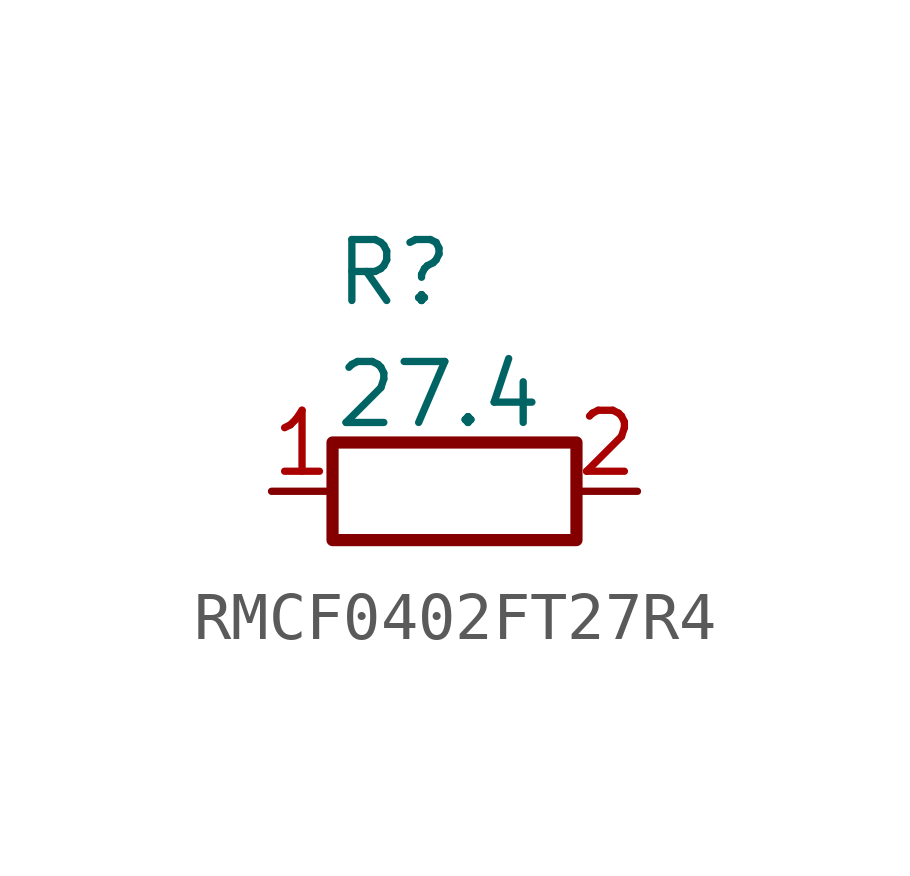
<source format=kicad_sym>
(kicad_symbol_lib
  (version 20220914)
  (generator kicad_symbol_editor)
  (symbol "RMCF0402FT27R4"
    (pin_names
      (offset 1.016))
    (property "Reference" "R"
      (at -2.54 3.81 0)
      (effects (font (size 1.27 1.27)) (justify left bottom)))
    (property "Value" "27.4"
      (at -2.54 1.27 0)
      (effects (font (size 1.27 1.27)) (justify left bottom)))
    (symbol "RMCF0402FT27R4_0_1"
      (rectangle (start 2.54 -1.016) (end -2.54 1.016) (stroke (width 0.254) (type default)) (fill (type none))))
    (symbol "RMCF0402FT27R4_1_1"
      (pin passive line (at -3.81 0 0) (length 1.27) (name "~" (effects (font (size 1.27 1.27)))) (number "1" (effects (font (size 1.27 1.27)))))
      (pin passive line (at 3.81 0 180) (length 1.27) (name "~" (effects (font (size 1.27 1.27)))) (number "2" (effects (font (size 1.27 1.27))))))))
</source>
